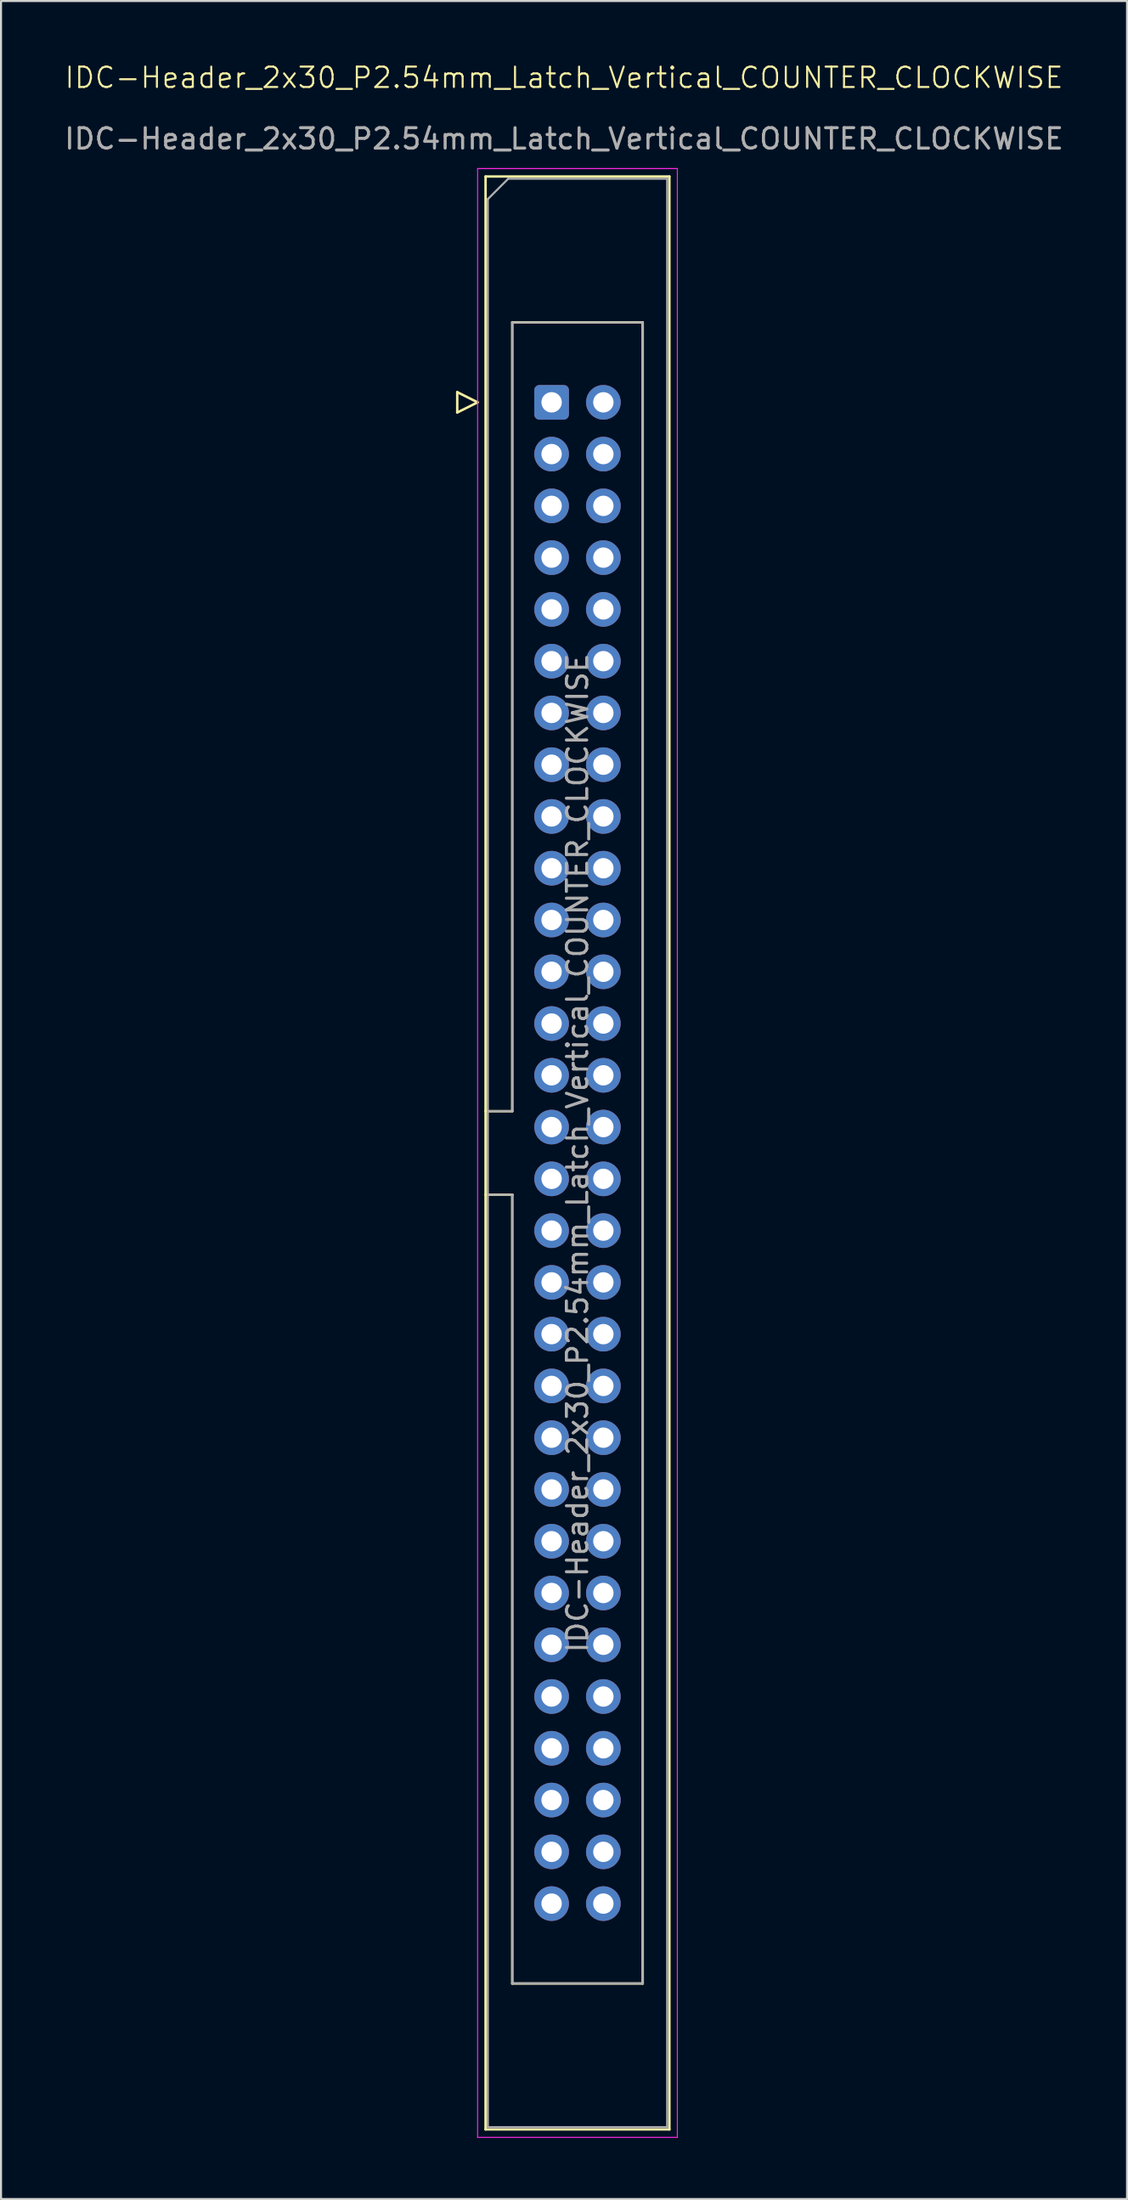
<source format=kicad_pcb>
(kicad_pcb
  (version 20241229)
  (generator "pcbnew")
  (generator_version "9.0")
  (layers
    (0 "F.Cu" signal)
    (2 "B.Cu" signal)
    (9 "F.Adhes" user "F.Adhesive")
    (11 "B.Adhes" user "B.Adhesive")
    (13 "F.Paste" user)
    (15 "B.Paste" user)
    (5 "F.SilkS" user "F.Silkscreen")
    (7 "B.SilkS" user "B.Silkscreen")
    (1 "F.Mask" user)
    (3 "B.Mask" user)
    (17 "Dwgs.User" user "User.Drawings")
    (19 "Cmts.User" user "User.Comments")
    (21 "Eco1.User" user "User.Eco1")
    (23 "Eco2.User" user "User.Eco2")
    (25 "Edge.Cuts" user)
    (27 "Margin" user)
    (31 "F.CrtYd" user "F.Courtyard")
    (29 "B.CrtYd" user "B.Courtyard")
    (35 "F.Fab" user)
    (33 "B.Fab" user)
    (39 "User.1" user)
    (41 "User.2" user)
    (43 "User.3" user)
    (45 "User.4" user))
  (footprint "IDC-Header_2x30_P2.54mm_Latch_Vertical_COUNTER_CLOCKWISE"
    (layer "F.Cu")
    (at 24.625 1.26)
    (property "Reference" "IDC-Header_2x30_P2.54mm_Latch_Vertical_COUNTER_CLOCKWISE" (at 0 -0.5 0) (unlocked yes) (layer "F.SilkS") (effects (font (size 1 1) (thickness 0.1))))
    (attr through_hole)
    (fp_line (start -5.24 14.93) (end -5.24 15.93) (stroke (width 0.12) (type solid)) (layer "F.SilkS"))
    (fp_line (start -5.24 15.93) (end -4.24 15.43) (stroke (width 0.12) (type solid)) (layer "F.SilkS"))
    (fp_line (start -4.24 15.43) (end -5.24 14.93) (stroke (width 0.12) (type solid)) (layer "F.SilkS"))
    (fp_line (start -3.85 4.35) (end 5.17 4.35) (stroke (width 0.12) (type solid)) (layer "F.SilkS"))
    (fp_line (start -3.85 50.21) (end -2.54 50.21) (stroke (width 0.12) (type solid)) (layer "F.SilkS"))
    (fp_line (start -3.85 100.17) (end -3.85 4.35) (stroke (width 0.12) (type solid)) (layer "F.SilkS"))
    (fp_line (start -2.54 11.51) (end 3.86 11.51) (stroke (width 0.12) (type solid)) (layer "F.SilkS"))
    (fp_line (start -2.54 50.21) (end -2.54 11.51) (stroke (width 0.12) (type solid)) (layer "F.SilkS"))
    (fp_line (start -2.54 54.31) (end -3.85 54.31) (stroke (width 0.12) (type solid)) (layer "F.SilkS"))
    (fp_line (start -2.54 54.31) (end -2.54 54.31) (stroke (width 0.12) (type solid)) (layer "F.SilkS"))
    (fp_line (start -2.54 93.01) (end -2.54 54.31) (stroke (width 0.12) (type solid)) (layer "F.SilkS"))
    (fp_line (start 3.86 11.51) (end 3.86 93.01) (stroke (width 0.12) (type solid)) (layer "F.SilkS"))
    (fp_line (start 3.86 93.01) (end -2.54 93.01) (stroke (width 0.12) (type solid)) (layer "F.SilkS"))
    (fp_line (start 5.17 4.35) (end 5.17 100.17) (stroke (width 0.12) (type solid)) (layer "F.SilkS"))
    (fp_line (start 5.17 100.17) (end -3.85 100.17) (stroke (width 0.12) (type solid)) (layer "F.SilkS"))
    (fp_line (start -4.24 3.96) (end -4.24 100.56) (stroke (width 0.05) (type solid)) (layer "F.CrtYd"))
    (fp_line (start -4.24 100.56) (end 5.56 100.56) (stroke (width 0.05) (type solid)) (layer "F.CrtYd"))
    (fp_line (start 5.56 3.96) (end -4.24 3.96) (stroke (width 0.05) (type solid)) (layer "F.CrtYd"))
    (fp_line (start 5.56 100.56) (end 5.56 3.96) (stroke (width 0.05) (type solid)) (layer "F.CrtYd"))
    (fp_line (start -3.74 5.46) (end -2.74 4.46) (stroke (width 0.1) (type solid)) (layer "F.Fab"))
    (fp_line (start -3.74 50.21) (end -2.54 50.21) (stroke (width 0.1) (type solid)) (layer "F.Fab"))
    (fp_line (start -3.74 100.06) (end -3.74 5.46) (stroke (width 0.1) (type solid)) (layer "F.Fab"))
    (fp_line (start -2.74 4.46) (end 5.06 4.46) (stroke (width 0.1) (type solid)) (layer "F.Fab"))
    (fp_line (start -2.54 11.51) (end 3.86 11.51) (stroke (width 0.1) (type solid)) (layer "F.Fab"))
    (fp_line (start -2.54 50.21) (end -2.54 11.51) (stroke (width 0.1) (type solid)) (layer "F.Fab"))
    (fp_line (start -2.54 54.31) (end -3.74 54.31) (stroke (width 0.1) (type solid)) (layer "F.Fab"))
    (fp_line (start -2.54 54.31) (end -2.54 54.31) (stroke (width 0.1) (type solid)) (layer "F.Fab"))
    (fp_line (start -2.54 93.01) (end -2.54 54.31) (stroke (width 0.1) (type solid)) (layer "F.Fab"))
    (fp_line (start 3.86 11.51) (end 3.86 93.01) (stroke (width 0.1) (type solid)) (layer "F.Fab"))
    (fp_line (start 3.86 93.01) (end -2.54 93.01) (stroke (width 0.1) (type solid)) (layer "F.Fab"))
    (fp_line (start 5.06 4.46) (end 5.06 100.06) (stroke (width 0.1) (type solid)) (layer "F.Fab"))
    (fp_line (start 5.06 100.06) (end -3.74 100.06) (stroke (width 0.1) (type solid)) (layer "F.Fab"))
    (fp_text user "${REFERENCE}" (at 0 2.5 0) (unlocked yes) (layer "F.Fab") (effects (font (size 1 1) (thickness 0.15))))
    (fp_text user "${REFERENCE}" (at 0.66 52.26 90) (layer "F.Fab") (effects (font (size 1 1) (thickness 0.15))))
    (pad "1" thru_hole roundrect (at -0.61 15.43) (size 1.7 1.7) (drill 1) (layers "*.Cu" "*.Mask") (roundrect_rratio 0.147))
    (pad "2" thru_hole circle (at -0.61 17.97) (size 1.7 1.7) (drill 1) (layers "*.Cu" "*.Mask"))
    (pad "3" thru_hole circle (at -0.61 20.51) (size 1.7 1.7) (drill 1) (layers "*.Cu" "*.Mask"))
    (pad "4" thru_hole circle (at -0.61 23.05) (size 1.7 1.7) (drill 1) (layers "*.Cu" "*.Mask"))
    (pad "5" thru_hole circle (at -0.61 25.59) (size 1.7 1.7) (drill 1) (layers "*.Cu" "*.Mask"))
    (pad "6" thru_hole circle (at -0.61 28.13) (size 1.7 1.7) (drill 1) (layers "*.Cu" "*.Mask"))
    (pad "7" thru_hole circle (at -0.61 30.67) (size 1.7 1.7) (drill 1) (layers "*.Cu" "*.Mask"))
    (pad "8" thru_hole circle (at -0.61 33.21) (size 1.7 1.7) (drill 1) (layers "*.Cu" "*.Mask"))
    (pad "9" thru_hole circle (at -0.61 35.75) (size 1.7 1.7) (drill 1) (layers "*.Cu" "*.Mask"))
    (pad "10" thru_hole circle (at -0.61 38.29) (size 1.7 1.7) (drill 1) (layers "*.Cu" "*.Mask"))
    (pad "11" thru_hole circle (at -0.61 40.83) (size 1.7 1.7) (drill 1) (layers "*.Cu" "*.Mask"))
    (pad "12" thru_hole circle (at -0.61 43.37) (size 1.7 1.7) (drill 1) (layers "*.Cu" "*.Mask"))
    (pad "13" thru_hole circle (at -0.61 45.91) (size 1.7 1.7) (drill 1) (layers "*.Cu" "*.Mask"))
    (pad "14" thru_hole circle (at -0.61 48.45) (size 1.7 1.7) (drill 1) (layers "*.Cu" "*.Mask"))
    (pad "15" thru_hole circle (at -0.61 50.99) (size 1.7 1.7) (drill 1) (layers "*.Cu" "*.Mask"))
    (pad "16" thru_hole circle (at -0.61 53.53) (size 1.7 1.7) (drill 1) (layers "*.Cu" "*.Mask"))
    (pad "17" thru_hole circle (at -0.61 56.07) (size 1.7 1.7) (drill 1) (layers "*.Cu" "*.Mask"))
    (pad "18" thru_hole circle (at -0.61 58.61) (size 1.7 1.7) (drill 1) (layers "*.Cu" "*.Mask"))
    (pad "19" thru_hole circle (at -0.61 61.15) (size 1.7 1.7) (drill 1) (layers "*.Cu" "*.Mask"))
    (pad "20" thru_hole circle (at -0.61 63.69) (size 1.7 1.7) (drill 1) (layers "*.Cu" "*.Mask"))
    (pad "21" thru_hole circle (at -0.61 66.23) (size 1.7 1.7) (drill 1) (layers "*.Cu" "*.Mask"))
    (pad "22" thru_hole circle (at -0.61 68.77) (size 1.7 1.7) (drill 1) (layers "*.Cu" "*.Mask"))
    (pad "23" thru_hole circle (at -0.61 71.31) (size 1.7 1.7) (drill 1) (layers "*.Cu" "*.Mask"))
    (pad "24" thru_hole circle (at -0.61 73.85) (size 1.7 1.7) (drill 1) (layers "*.Cu" "*.Mask"))
    (pad "25" thru_hole circle (at -0.61 76.39) (size 1.7 1.7) (drill 1) (layers "*.Cu" "*.Mask"))
    (pad "26" thru_hole circle (at -0.61 78.93) (size 1.7 1.7) (drill 1) (layers "*.Cu" "*.Mask"))
    (pad "27" thru_hole circle (at -0.61 81.47) (size 1.7 1.7) (drill 1) (layers "*.Cu" "*.Mask"))
    (pad "28" thru_hole circle (at -0.61 84.01) (size 1.7 1.7) (drill 1) (layers "*.Cu" "*.Mask"))
    (pad "29" thru_hole circle (at -0.61 86.55) (size 1.7 1.7) (drill 1) (layers "*.Cu" "*.Mask"))
    (pad "30" thru_hole circle (at -0.61 89.09) (size 1.7 1.7) (drill 1) (layers "*.Cu" "*.Mask"))
    (pad "31" thru_hole circle (at 1.93 89.09) (size 1.7 1.7) (drill 1) (layers "*.Cu" "*.Mask"))
    (pad "32" thru_hole circle (at 1.93 86.55) (size 1.7 1.7) (drill 1) (layers "*.Cu" "*.Mask"))
    (pad "33" thru_hole circle (at 1.93 84.01) (size 1.7 1.7) (drill 1) (layers "*.Cu" "*.Mask"))
    (pad "34" thru_hole circle (at 1.93 81.47) (size 1.7 1.7) (drill 1) (layers "*.Cu" "*.Mask"))
    (pad "35" thru_hole circle (at 1.93 78.93) (size 1.7 1.7) (drill 1) (layers "*.Cu" "*.Mask"))
    (pad "36" thru_hole circle (at 1.93 76.39) (size 1.7 1.7) (drill 1) (layers "*.Cu" "*.Mask"))
    (pad "37" thru_hole circle (at 1.93 73.85) (size 1.7 1.7) (drill 1) (layers "*.Cu" "*.Mask"))
    (pad "38" thru_hole circle (at 1.93 71.31) (size 1.7 1.7) (drill 1) (layers "*.Cu" "*.Mask"))
    (pad "39" thru_hole circle (at 1.93 68.77) (size 1.7 1.7) (drill 1) (layers "*.Cu" "*.Mask"))
    (pad "40" thru_hole circle (at 1.93 66.23) (size 1.7 1.7) (drill 1) (layers "*.Cu" "*.Mask"))
    (pad "41" thru_hole circle (at 1.93 63.69) (size 1.7 1.7) (drill 1) (layers "*.Cu" "*.Mask"))
    (pad "42" thru_hole circle (at 1.93 61.15) (size 1.7 1.7) (drill 1) (layers "*.Cu" "*.Mask"))
    (pad "43" thru_hole circle (at 1.93 58.61) (size 1.7 1.7) (drill 1) (layers "*.Cu" "*.Mask"))
    (pad "44" thru_hole circle (at 1.93 56.07) (size 1.7 1.7) (drill 1) (layers "*.Cu" "*.Mask"))
    (pad "45" thru_hole circle (at 1.93 53.53) (size 1.7 1.7) (drill 1) (layers "*.Cu" "*.Mask"))
    (pad "46" thru_hole circle (at 1.93 50.99) (size 1.7 1.7) (drill 1) (layers "*.Cu" "*.Mask"))
    (pad "47" thru_hole circle (at 1.93 48.45) (size 1.7 1.7) (drill 1) (layers "*.Cu" "*.Mask"))
    (pad "48" thru_hole circle (at 1.93 45.91) (size 1.7 1.7) (drill 1) (layers "*.Cu" "*.Mask"))
    (pad "49" thru_hole circle (at 1.93 43.37) (size 1.7 1.7) (drill 1) (layers "*.Cu" "*.Mask"))
    (pad "50" thru_hole circle (at 1.93 40.83) (size 1.7 1.7) (drill 1) (layers "*.Cu" "*.Mask"))
    (pad "51" thru_hole circle (at 1.93 38.29) (size 1.7 1.7) (drill 1) (layers "*.Cu" "*.Mask"))
    (pad "52" thru_hole circle (at 1.93 35.75) (size 1.7 1.7) (drill 1) (layers "*.Cu" "*.Mask"))
    (pad "53" thru_hole circle (at 1.93 33.21) (size 1.7 1.7) (drill 1) (layers "*.Cu" "*.Mask"))
    (pad "54" thru_hole circle (at 1.93 30.67) (size 1.7 1.7) (drill 1) (layers "*.Cu" "*.Mask"))
    (pad "55" thru_hole circle (at 1.93 28.13) (size 1.7 1.7) (drill 1) (layers "*.Cu" "*.Mask"))
    (pad "56" thru_hole circle (at 1.93 25.59) (size 1.7 1.7) (drill 1) (layers "*.Cu" "*.Mask"))
    (pad "57" thru_hole circle (at 1.93 23.05) (size 1.7 1.7) (drill 1) (layers "*.Cu" "*.Mask"))
    (pad "58" thru_hole circle (at 1.93 20.51) (size 1.7 1.7) (drill 1) (layers "*.Cu" "*.Mask"))
    (pad "59" thru_hole circle (at 1.93 17.97) (size 1.7 1.7) (drill 1) (layers "*.Cu" "*.Mask"))
    (pad "60" thru_hole circle (at 1.93 15.43) (size 1.7 1.7) (drill 1) (layers "*.Cu" "*.Mask")))
  (gr_rect
    (start -3 -3)
    (end 52.25 104.846)
    (stroke (width 0.1) (type default))
    (fill no)
    (layer "Edge.Cuts")))
</source>
